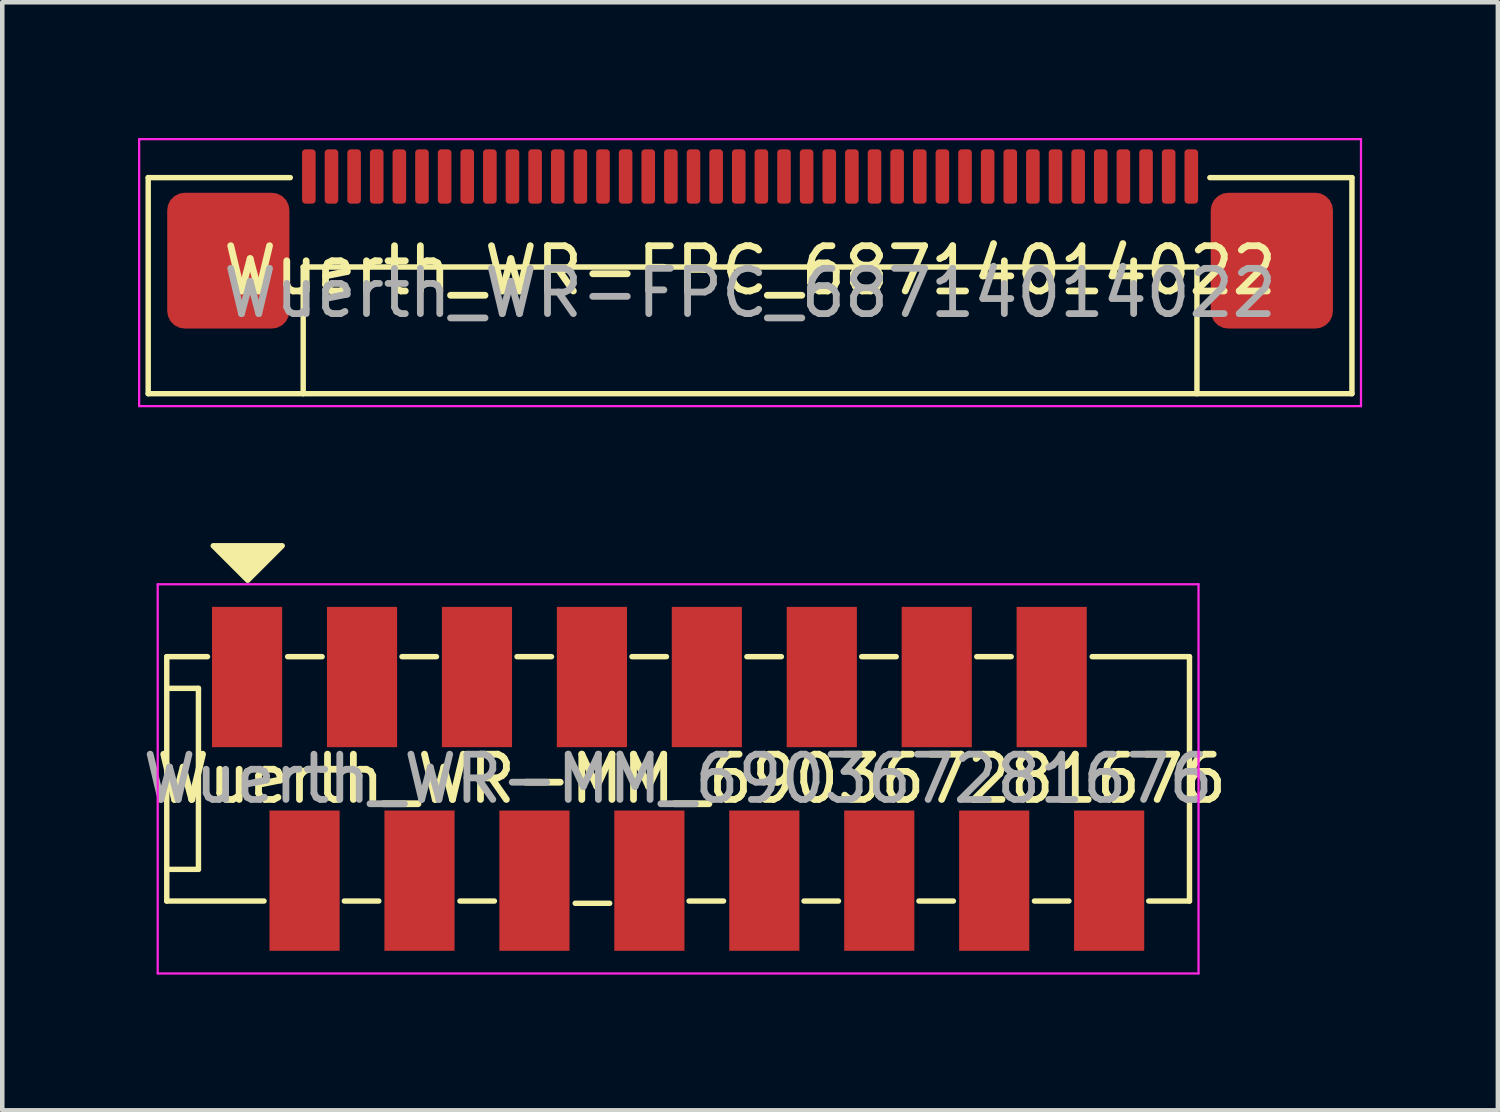
<source format=kicad_pcb>
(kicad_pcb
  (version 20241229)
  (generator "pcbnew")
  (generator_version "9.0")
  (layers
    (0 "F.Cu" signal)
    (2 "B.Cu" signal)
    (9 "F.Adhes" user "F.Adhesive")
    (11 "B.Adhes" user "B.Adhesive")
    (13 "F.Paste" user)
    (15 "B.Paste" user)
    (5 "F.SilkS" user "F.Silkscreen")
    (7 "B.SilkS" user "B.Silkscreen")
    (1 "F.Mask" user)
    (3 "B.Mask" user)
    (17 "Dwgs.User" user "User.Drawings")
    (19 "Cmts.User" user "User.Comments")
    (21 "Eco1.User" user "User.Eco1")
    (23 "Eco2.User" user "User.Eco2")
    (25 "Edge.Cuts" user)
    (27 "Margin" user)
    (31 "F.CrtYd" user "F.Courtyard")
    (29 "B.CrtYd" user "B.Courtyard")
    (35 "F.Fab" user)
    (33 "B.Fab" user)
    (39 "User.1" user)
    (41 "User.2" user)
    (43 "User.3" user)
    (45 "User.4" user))
  (footprint "Wuerth_WR-FPC_68714014022"
    (layer "F.Cu")
    (at 13.525 3.425)
    (property "Reference" "Wuerth_WR-FPC_68714014022" (at 0 -0.5 0) (unlocked yes) (layer "F.SilkS") (effects (font (size 1 1) (thickness 0.15))))
    (attr smd)
    (fp_line (start -13.3 -2.55) (end -13.3 2.225) (stroke (width 0.12) (type solid)) (layer "F.SilkS"))
    (fp_line (start -13.3 2.225) (end 13.3 2.225) (stroke (width 0.12) (type solid)) (layer "F.SilkS"))
    (fp_line (start -10.16 -2.55) (end -13.3 -2.55) (stroke (width 0.12) (type solid)) (layer "F.SilkS"))
    (fp_line (start -9.875 -0.575) (end 9.875 -0.575) (stroke (width 0.12) (type solid)) (layer "F.SilkS"))
    (fp_line (start -9.875 2.225) (end -9.875 -0.575) (stroke (width 0.12) (type solid)) (layer "F.SilkS"))
    (fp_line (start 9.875 -0.575) (end 9.875 2.225) (stroke (width 0.12) (type solid)) (layer "F.SilkS"))
    (fp_line (start 13.3 -2.55) (end 10.16 -2.55) (stroke (width 0.12) (type solid)) (layer "F.SilkS"))
    (fp_line (start 13.3 2.225) (end 13.3 -2.55) (stroke (width 0.12) (type solid)) (layer "F.SilkS"))
    (fp_line (start -13.5 -3.4) (end 13.5 -3.4) (stroke (width 0.05) (type solid)) (layer "F.CrtYd"))
    (fp_line (start -13.5 2.5) (end -13.5 -3.4) (stroke (width 0.05) (type solid)) (layer "F.CrtYd"))
    (fp_line (start 13.5 -3.4) (end 13.5 2.5) (stroke (width 0.05) (type solid)) (layer "F.CrtYd"))
    (fp_line (start 13.5 2.5) (end -13.5 2.5) (stroke (width 0.05) (type solid)) (layer "F.CrtYd"))
    (fp_text user "${REFERENCE}" (at 0 0 0) (layer "F.Fab") (effects (font (size 1 1) (thickness 0.15))))
    (pad "1" smd roundrect (at 9.75 -2.575) (size 0.3 1.2) (layers "F.Cu" "F.Mask" "F.Paste") (roundrect_rratio 0.25))
    (pad "2" smd roundrect (at 9.25 -2.575) (size 0.3 1.2) (layers "F.Cu" "F.Mask" "F.Paste") (roundrect_rratio 0.25))
    (pad "3" smd roundrect (at 8.75 -2.575) (size 0.3 1.2) (layers "F.Cu" "F.Mask" "F.Paste") (roundrect_rratio 0.25))
    (pad "4" smd roundrect (at 8.25 -2.575) (size 0.3 1.2) (layers "F.Cu" "F.Mask" "F.Paste") (roundrect_rratio 0.25))
    (pad "5" smd roundrect (at 7.75 -2.575) (size 0.3 1.2) (layers "F.Cu" "F.Mask" "F.Paste") (roundrect_rratio 0.25))
    (pad "6" smd roundrect (at 7.25 -2.575) (size 0.3 1.2) (layers "F.Cu" "F.Mask" "F.Paste") (roundrect_rratio 0.25))
    (pad "7" smd roundrect (at 6.75 -2.575) (size 0.3 1.2) (layers "F.Cu" "F.Mask" "F.Paste") (roundrect_rratio 0.25))
    (pad "8" smd roundrect (at 6.25 -2.575) (size 0.3 1.2) (layers "F.Cu" "F.Mask" "F.Paste") (roundrect_rratio 0.25))
    (pad "9" smd roundrect (at 5.75 -2.575) (size 0.3 1.2) (layers "F.Cu" "F.Mask" "F.Paste") (roundrect_rratio 0.25))
    (pad "10" smd roundrect (at 5.25 -2.575) (size 0.3 1.2) (layers "F.Cu" "F.Mask" "F.Paste") (roundrect_rratio 0.25))
    (pad "11" smd roundrect (at 4.75 -2.575) (size 0.3 1.2) (layers "F.Cu" "F.Mask" "F.Paste") (roundrect_rratio 0.25))
    (pad "12" smd roundrect (at 4.25 -2.575) (size 0.3 1.2) (layers "F.Cu" "F.Mask" "F.Paste") (roundrect_rratio 0.25))
    (pad "13" smd roundrect (at 3.75 -2.575) (size 0.3 1.2) (layers "F.Cu" "F.Mask" "F.Paste") (roundrect_rratio 0.25))
    (pad "14" smd roundrect (at 3.25 -2.575) (size 0.3 1.2) (layers "F.Cu" "F.Mask" "F.Paste") (roundrect_rratio 0.25))
    (pad "15" smd roundrect (at 2.75 -2.575) (size 0.3 1.2) (layers "F.Cu" "F.Mask" "F.Paste") (roundrect_rratio 0.25))
    (pad "16" smd roundrect (at 2.25 -2.575) (size 0.3 1.2) (layers "F.Cu" "F.Mask" "F.Paste") (roundrect_rratio 0.25))
    (pad "17" smd roundrect (at 1.75 -2.575) (size 0.3 1.2) (layers "F.Cu" "F.Mask" "F.Paste") (roundrect_rratio 0.25))
    (pad "18" smd roundrect (at 1.25 -2.575) (size 0.3 1.2) (layers "F.Cu" "F.Mask" "F.Paste") (roundrect_rratio 0.25))
    (pad "19" smd roundrect (at 0.75 -2.575) (size 0.3 1.2) (layers "F.Cu" "F.Mask" "F.Paste") (roundrect_rratio 0.25))
    (pad "20" smd roundrect (at 0.25 -2.575) (size 0.3 1.2) (layers "F.Cu" "F.Mask" "F.Paste") (roundrect_rratio 0.25))
    (pad "21" smd roundrect (at -0.25 -2.575) (size 0.3 1.2) (layers "F.Cu" "F.Mask" "F.Paste") (roundrect_rratio 0.25))
    (pad "22" smd roundrect (at -0.75 -2.575) (size 0.3 1.2) (layers "F.Cu" "F.Mask" "F.Paste") (roundrect_rratio 0.25))
    (pad "23" smd roundrect (at -1.25 -2.575) (size 0.3 1.2) (layers "F.Cu" "F.Mask" "F.Paste") (roundrect_rratio 0.25))
    (pad "24" smd roundrect (at -1.75 -2.575) (size 0.3 1.2) (layers "F.Cu" "F.Mask" "F.Paste") (roundrect_rratio 0.25))
    (pad "25" smd roundrect (at -2.25 -2.575) (size 0.3 1.2) (layers "F.Cu" "F.Mask" "F.Paste") (roundrect_rratio 0.25))
    (pad "26" smd roundrect (at -2.75 -2.575) (size 0.3 1.2) (layers "F.Cu" "F.Mask" "F.Paste") (roundrect_rratio 0.25))
    (pad "27" smd roundrect (at -3.25 -2.575) (size 0.3 1.2) (layers "F.Cu" "F.Mask" "F.Paste") (roundrect_rratio 0.25))
    (pad "28" smd roundrect (at -3.75 -2.575) (size 0.3 1.2) (layers "F.Cu" "F.Mask" "F.Paste") (roundrect_rratio 0.25))
    (pad "29" smd roundrect (at -4.25 -2.575) (size 0.3 1.2) (layers "F.Cu" "F.Mask" "F.Paste") (roundrect_rratio 0.25))
    (pad "30" smd roundrect (at -4.75 -2.575) (size 0.3 1.2) (layers "F.Cu" "F.Mask" "F.Paste") (roundrect_rratio 0.25))
    (pad "31" smd roundrect (at -5.25 -2.575) (size 0.3 1.2) (layers "F.Cu" "F.Mask" "F.Paste") (roundrect_rratio 0.25))
    (pad "32" smd roundrect (at -5.75 -2.575) (size 0.3 1.2) (layers "F.Cu" "F.Mask" "F.Paste") (roundrect_rratio 0.25))
    (pad "33" smd roundrect (at -6.25 -2.575) (size 0.3 1.2) (layers "F.Cu" "F.Mask" "F.Paste") (roundrect_rratio 0.25))
    (pad "34" smd roundrect (at -6.75 -2.575) (size 0.3 1.2) (layers "F.Cu" "F.Mask" "F.Paste") (roundrect_rratio 0.25))
    (pad "35" smd roundrect (at -7.25 -2.575) (size 0.3 1.2) (layers "F.Cu" "F.Mask" "F.Paste") (roundrect_rratio 0.25))
    (pad "36" smd roundrect (at -7.75 -2.575) (size 0.3 1.2) (layers "F.Cu" "F.Mask" "F.Paste") (roundrect_rratio 0.25))
    (pad "37" smd roundrect (at -8.25 -2.575) (size 0.3 1.2) (layers "F.Cu" "F.Mask" "F.Paste") (roundrect_rratio 0.25))
    (pad "38" smd roundrect (at -8.75 -2.575) (size 0.3 1.2) (layers "F.Cu" "F.Mask" "F.Paste") (roundrect_rratio 0.25))
    (pad "39" smd roundrect (at -9.25 -2.575) (size 0.3 1.2) (layers "F.Cu" "F.Mask" "F.Paste") (roundrect_rratio 0.25))
    (pad "40" smd roundrect (at -9.75 -2.575) (size 0.3 1.2) (layers "F.Cu" "F.Mask" "F.Paste") (roundrect_rratio 0.25))
    (pad "MP1" smd roundrect (at 11.53 -0.715) (size 2.7 3) (layers "F.Cu" "F.Mask" "F.Paste") (roundrect_rratio 0.143))
    (pad "MP2" smd roundrect (at -11.53 -0.715) (size 2.7 3) (layers "F.Cu" "F.Mask" "F.Paste") (roundrect_rratio 0.143)))
  (footprint "Wuerth_WR-MM_690367281676"
    (layer "F.Cu")
    (at 11.935 14.161)
    (property "Reference" "Wuerth_WR-MM_690367281676" (at 0.3 0 0) (unlocked yes) (layer "F.SilkS") (effects (font (size 1 1) (thickness 0.15))))
    (attr smd)
    (fp_line (start -11.3 2.7) (end -11.3 -2.7) (stroke (width 0.12) (type solid)) (layer "F.SilkS"))
    (fp_line (start -11.3 2.7) (end -9.15 2.7) (stroke (width 0.12) (type solid)) (layer "F.SilkS"))
    (fp_line (start -10.6 -2) (end -11.3 -2) (stroke (width 0.12) (type solid)) (layer "F.SilkS"))
    (fp_line (start -10.6 -2) (end -10.6 2) (stroke (width 0.12) (type solid)) (layer "F.SilkS"))
    (fp_line (start -10.6 2) (end -11.3 2) (stroke (width 0.12) (type solid)) (layer "F.SilkS"))
    (fp_line (start -10.4 -2.7) (end -11.3 -2.7) (stroke (width 0.12) (type solid)) (layer "F.SilkS"))
    (fp_line (start -8.629 -2.7) (end -7.867 -2.7) (stroke (width 0.12) (type solid)) (layer "F.SilkS"))
    (fp_line (start -7.376 2.7) (end -6.614 2.7) (stroke (width 0.12) (type solid)) (layer "F.SilkS"))
    (fp_line (start -6.102 -2.7) (end -5.34 -2.7) (stroke (width 0.12) (type solid)) (layer "F.SilkS"))
    (fp_line (start -4.821 2.7) (end -4.059 2.7) (stroke (width 0.12) (type solid)) (layer "F.SilkS"))
    (fp_line (start -3.56 -2.7) (end -2.798 -2.7) (stroke (width 0.12) (type solid)) (layer "F.SilkS"))
    (fp_line (start -2.274 2.75) (end -1.512 2.75) (stroke (width 0.12) (type solid)) (layer "F.SilkS"))
    (fp_line (start -1.02 -2.7) (end -0.258 -2.7) (stroke (width 0.12) (type solid)) (layer "F.SilkS"))
    (fp_line (start 0.242 2.7) (end 1.004 2.7) (stroke (width 0.12) (type solid)) (layer "F.SilkS"))
    (fp_line (start 1.52 -2.7) (end 2.282 -2.7) (stroke (width 0.12) (type solid)) (layer "F.SilkS"))
    (fp_line (start 2.782 2.7) (end 3.544 2.7) (stroke (width 0.12) (type solid)) (layer "F.SilkS"))
    (fp_line (start 4.057 -2.7) (end 4.819 -2.7) (stroke (width 0.12) (type solid)) (layer "F.SilkS"))
    (fp_line (start 5.321 2.7) (end 6.083 2.7) (stroke (width 0.12) (type solid)) (layer "F.SilkS"))
    (fp_line (start 6.599 -2.7) (end 7.361 -2.7) (stroke (width 0.12) (type solid)) (layer "F.SilkS"))
    (fp_line (start 7.874 2.7) (end 8.636 2.7) (stroke (width 0.12) (type solid)) (layer "F.SilkS"))
    (fp_line (start 11.3 -2.7) (end 9.15 -2.7) (stroke (width 0.12) (type solid)) (layer "F.SilkS"))
    (fp_line (start 11.3 -2.7) (end 11.3 2.7) (stroke (width 0.12) (type solid)) (layer "F.SilkS"))
    (fp_line (start 11.3 2.7) (end 10.4 2.7) (stroke (width 0.12) (type solid)) (layer "F.SilkS"))
    (fp_poly (pts (xy -9.511 -4.389) (xy -10.273 -5.151) (xy -8.749 -5.151)) (stroke (width 0.12) (type solid)) (fill yes) (layer "F.SilkS"))
    (fp_line (start -11.5 -4.3) (end -11.5 4.3) (stroke (width 0.05) (type solid)) (layer "F.CrtYd"))
    (fp_line (start -11.5 4.3) (end 11.5 4.3) (stroke (width 0.05) (type solid)) (layer "F.CrtYd"))
    (fp_line (start 11.5 -4.3) (end -11.5 -4.3) (stroke (width 0.05) (type solid)) (layer "F.CrtYd"))
    (fp_line (start 11.5 4.3) (end 11.5 -4.3) (stroke (width 0.05) (type solid)) (layer "F.CrtYd"))
    (fp_text user "${REFERENCE}" (at 0 0 0) (layer "F.Fab") (effects (font (size 1 1) (thickness 0.15))))
    (pad "1" smd rect (at -9.525 -2.25) (size 1.55 3.1) (layers "F.Cu" "F.Mask" "F.Paste"))
    (pad "2" smd rect (at -8.255 2.25) (size 1.55 3.1) (layers "F.Cu" "F.Mask" "F.Paste"))
    (pad "3" smd rect (at -6.985 -2.25) (size 1.55 3.1) (layers "F.Cu" "F.Mask" "F.Paste"))
    (pad "4" smd rect (at -5.715 2.25) (size 1.55 3.1) (layers "F.Cu" "F.Mask" "F.Paste"))
    (pad "5" smd rect (at -4.445 -2.25) (size 1.55 3.1) (layers "F.Cu" "F.Mask" "F.Paste"))
    (pad "6" smd rect (at -3.175 2.25) (size 1.55 3.1) (layers "F.Cu" "F.Mask" "F.Paste"))
    (pad "7" smd rect (at -1.905 -2.25) (size 1.55 3.1) (layers "F.Cu" "F.Mask" "F.Paste"))
    (pad "8" smd rect (at -0.635 2.25) (size 1.55 3.1) (layers "F.Cu" "F.Mask" "F.Paste"))
    (pad "9" smd rect (at 0.635 -2.25) (size 1.55 3.1) (layers "F.Cu" "F.Mask" "F.Paste"))
    (pad "10" smd rect (at 1.905 2.25) (size 1.55 3.1) (layers "F.Cu" "F.Mask" "F.Paste"))
    (pad "11" smd rect (at 3.175 -2.25) (size 1.55 3.1) (layers "F.Cu" "F.Mask" "F.Paste"))
    (pad "12" smd rect (at 4.445 2.25) (size 1.55 3.1) (layers "F.Cu" "F.Mask" "F.Paste"))
    (pad "13" smd rect (at 5.715 -2.25) (size 1.55 3.1) (layers "F.Cu" "F.Mask" "F.Paste"))
    (pad "14" smd rect (at 6.985 2.25) (size 1.55 3.1) (layers "F.Cu" "F.Mask" "F.Paste"))
    (pad "15" smd rect (at 8.255 -2.25) (size 1.55 3.1) (layers "F.Cu" "F.Mask" "F.Paste"))
    (pad "16" smd rect (at 9.525 2.25) (size 1.55 3.1) (layers "F.Cu" "F.Mask" "F.Paste")))
  (gr_rect
    (start -3 -3)
    (end 30.05 21.486)
    (stroke (width 0.1) (type default))
    (fill no)
    (layer "Edge.Cuts")))
</source>
